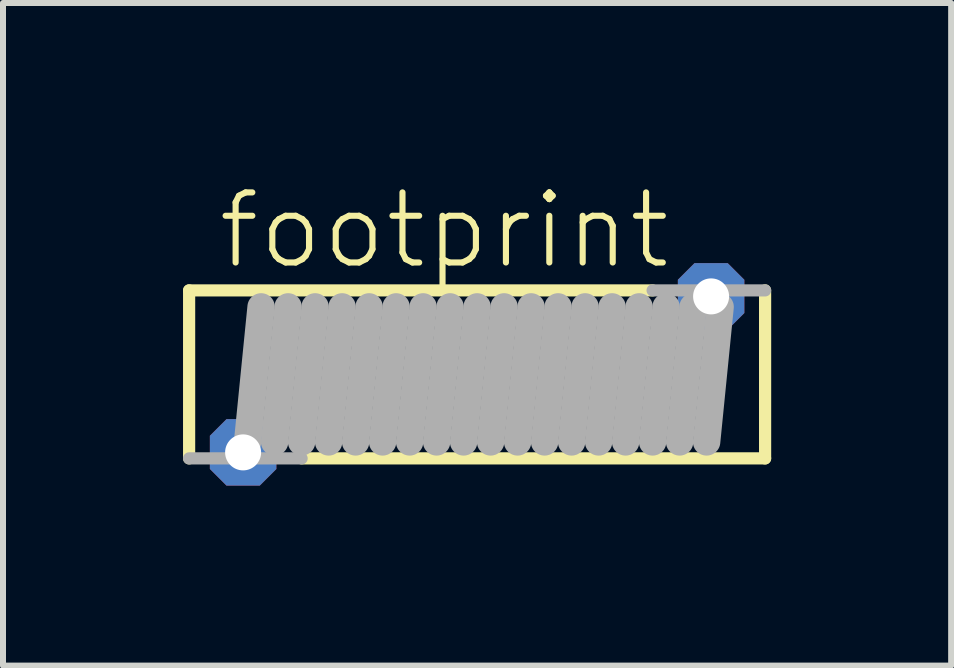
<source format=kicad_pcb>
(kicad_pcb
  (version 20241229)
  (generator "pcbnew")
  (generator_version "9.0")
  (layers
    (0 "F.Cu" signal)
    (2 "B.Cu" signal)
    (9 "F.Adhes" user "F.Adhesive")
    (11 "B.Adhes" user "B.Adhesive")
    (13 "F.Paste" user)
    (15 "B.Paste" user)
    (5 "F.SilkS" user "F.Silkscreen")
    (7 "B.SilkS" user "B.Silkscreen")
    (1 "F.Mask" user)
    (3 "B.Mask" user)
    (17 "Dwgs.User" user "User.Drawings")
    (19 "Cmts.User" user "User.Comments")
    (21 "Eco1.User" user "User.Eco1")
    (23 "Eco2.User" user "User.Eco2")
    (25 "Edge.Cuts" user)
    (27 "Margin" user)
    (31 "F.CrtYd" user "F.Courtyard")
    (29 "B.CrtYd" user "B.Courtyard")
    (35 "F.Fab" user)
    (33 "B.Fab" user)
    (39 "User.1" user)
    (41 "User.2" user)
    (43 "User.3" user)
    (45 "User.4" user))
  (footprint "footprint"
    (layer "F.Cu")
    (at 4.902 3.19)
    (property "Reference" "footprint" (at -4.37 -1.717 0) (layer "F.SilkS") (effects (font (size 1.168 1.168) (thickness 0.102)) (justify left bottom)))
    (fp_line (start -4.8 -1.4) (end 2.925 -1.4) (stroke (width 0.203) (type solid)) (layer "F.SilkS"))
    (fp_line (start -4.8 1.4) (end -4.8 -1.4) (stroke (width 0.203) (type solid)) (layer "F.SilkS"))
    (fp_line (start 4.8 -1.4) (end 4.8 1.4) (stroke (width 0.203) (type solid)) (layer "F.SilkS"))
    (fp_line (start 4.8 1.4) (end -2.925 1.4) (stroke (width 0.203) (type solid)) (layer "F.SilkS"))
    (fp_line (start -3.825 1.125) (end -3.6 -1.125) (stroke (width 0.457) (type solid)) (layer "F.Fab"))
    (fp_line (start -3.375 1.125) (end -3.15 -1.125) (stroke (width 0.457) (type solid)) (layer "F.Fab"))
    (fp_line (start -2.925 1.125) (end -2.7 -1.125) (stroke (width 0.457) (type solid)) (layer "F.Fab"))
    (fp_line (start -2.925 1.4) (end -4.8 1.4) (stroke (width 0.203) (type solid)) (layer "F.Fab"))
    (fp_line (start -2.475 1.125) (end -2.25 -1.125) (stroke (width 0.457) (type solid)) (layer "F.Fab"))
    (fp_line (start -2.025 1.125) (end -1.8 -1.125) (stroke (width 0.457) (type solid)) (layer "F.Fab"))
    (fp_line (start -1.575 1.125) (end -1.35 -1.125) (stroke (width 0.457) (type solid)) (layer "F.Fab"))
    (fp_line (start -1.125 1.125) (end -0.9 -1.125) (stroke (width 0.457) (type solid)) (layer "F.Fab"))
    (fp_line (start -0.675 1.125) (end -0.45 -1.125) (stroke (width 0.457) (type solid)) (layer "F.Fab"))
    (fp_line (start -0.225 1.125) (end 0 -1.125) (stroke (width 0.457) (type solid)) (layer "F.Fab"))
    (fp_line (start 0.225 1.125) (end 0.45 -1.125) (stroke (width 0.457) (type solid)) (layer "F.Fab"))
    (fp_line (start 0.675 1.125) (end 0.9 -1.125) (stroke (width 0.457) (type solid)) (layer "F.Fab"))
    (fp_line (start 1.125 1.125) (end 1.35 -1.125) (stroke (width 0.457) (type solid)) (layer "F.Fab"))
    (fp_line (start 1.575 1.125) (end 1.8 -1.125) (stroke (width 0.457) (type solid)) (layer "F.Fab"))
    (fp_line (start 2.025 1.125) (end 2.25 -1.125) (stroke (width 0.457) (type solid)) (layer "F.Fab"))
    (fp_line (start 2.475 1.125) (end 2.7 -1.125) (stroke (width 0.457) (type solid)) (layer "F.Fab"))
    (fp_line (start 2.925 -1.4) (end 4.8 -1.4) (stroke (width 0.203) (type solid)) (layer "F.Fab"))
    (fp_line (start 2.925 1.125) (end 3.15 -1.125) (stroke (width 0.457) (type solid)) (layer "F.Fab"))
    (fp_line (start 3.375 1.125) (end 3.6 -1.125) (stroke (width 0.457) (type solid)) (layer "F.Fab"))
    (fp_line (start 3.825 1.125) (end 4.05 -1.125) (stroke (width 0.457) (type solid)) (layer "F.Fab"))
    (pad "1" thru_hole roundrect (at -3.9 1.3) (size 1.108 1.108) (drill 0.6) (layers "*.Cu" "*.Mask") (roundrect_rratio 0.25) (chamfer_ratio 0.25) (chamfer top_left top_right bottom_left bottom_right))
    (pad "2" thru_hole roundrect (at 3.9 -1.3) (size 1.108 1.108) (drill 0.6) (layers "*.Cu" "*.Mask") (roundrect_rratio 0.25) (chamfer_ratio 0.25) (chamfer top_left top_right bottom_left bottom_right)))
  (gr_rect
    (start -3 -3)
    (end 12.803 8.044)
    (stroke (width 0.1) (type default))
    (fill no)
    (layer "Edge.Cuts")))
</source>
